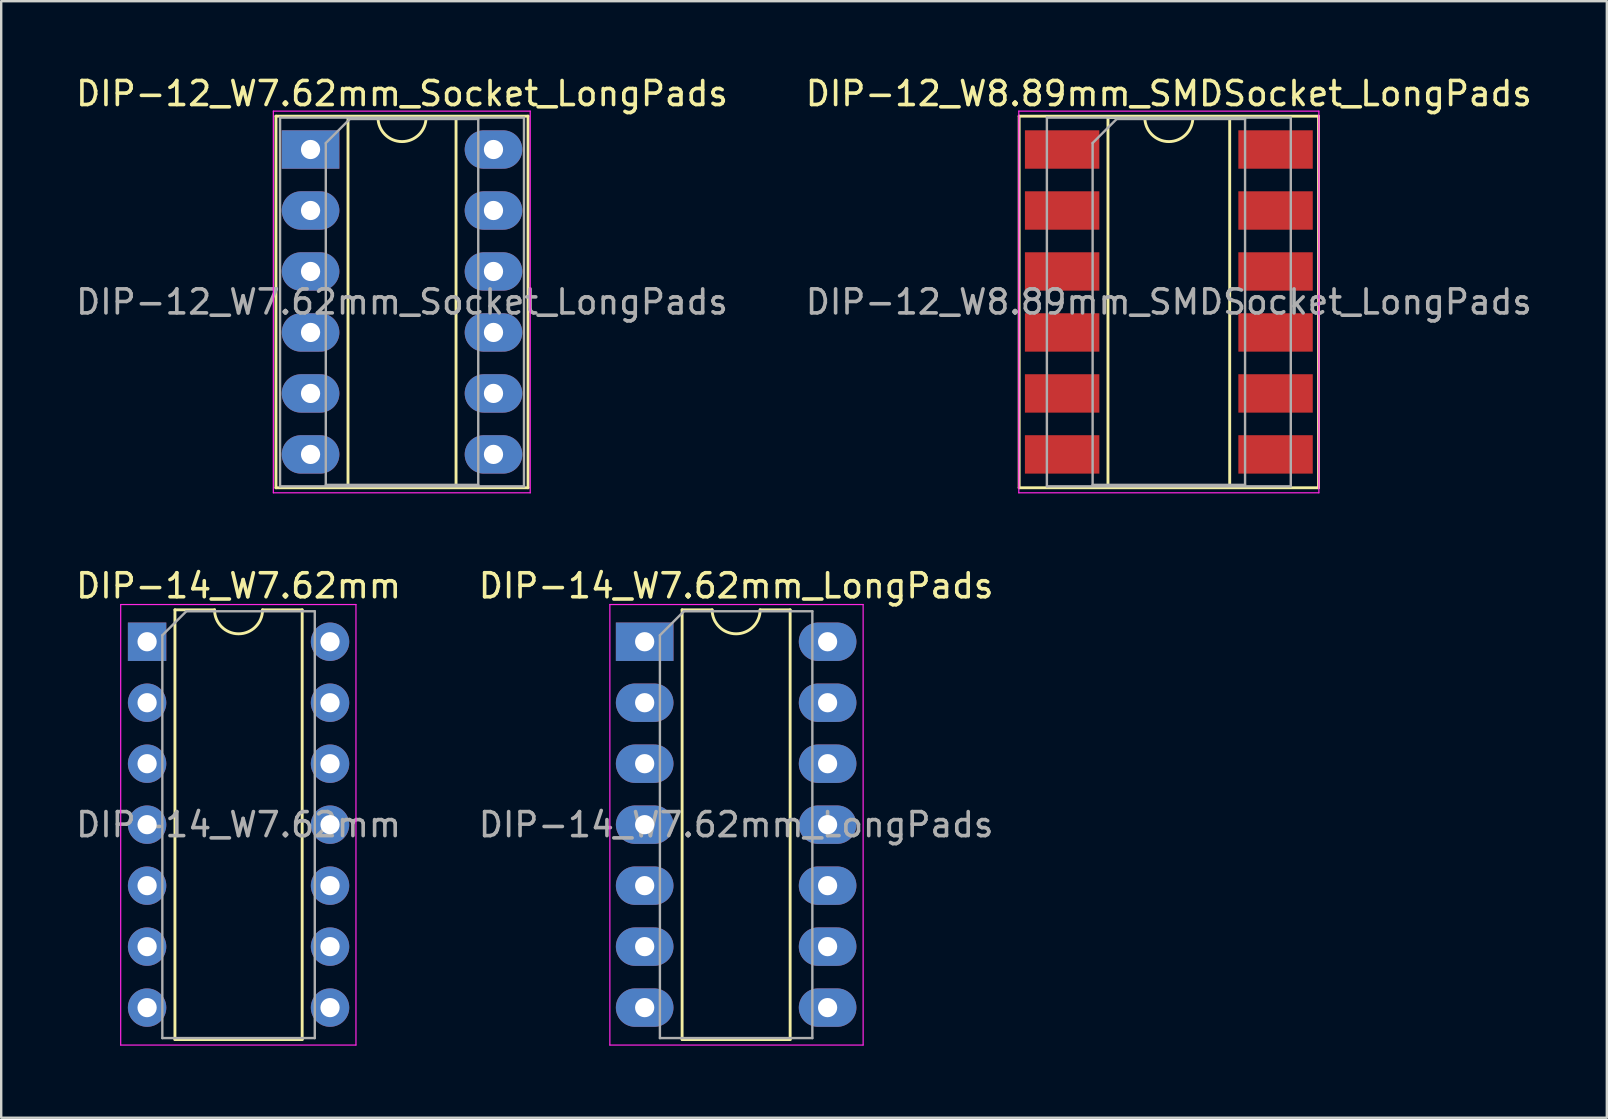
<source format=kicad_pcb>
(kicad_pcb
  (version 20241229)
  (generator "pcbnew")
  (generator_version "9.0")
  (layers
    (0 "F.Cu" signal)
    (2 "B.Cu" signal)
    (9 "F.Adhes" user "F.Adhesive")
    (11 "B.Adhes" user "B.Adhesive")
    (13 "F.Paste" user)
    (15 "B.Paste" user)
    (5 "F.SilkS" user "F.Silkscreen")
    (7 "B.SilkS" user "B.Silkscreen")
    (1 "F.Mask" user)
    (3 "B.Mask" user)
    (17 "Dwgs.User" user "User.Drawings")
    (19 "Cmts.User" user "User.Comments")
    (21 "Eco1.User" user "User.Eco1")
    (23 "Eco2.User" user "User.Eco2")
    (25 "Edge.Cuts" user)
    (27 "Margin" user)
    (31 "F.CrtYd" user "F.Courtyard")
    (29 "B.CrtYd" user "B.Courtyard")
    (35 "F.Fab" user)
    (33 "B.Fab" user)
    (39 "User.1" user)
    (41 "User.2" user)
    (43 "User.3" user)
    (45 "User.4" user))
  (footprint "DIP-12_W7.62mm_Socket_LongPads"
    (layer "F.Cu")
    (at 9.886 3.178)
    (property "Reference" "DIP-12_W7.62mm_Socket_LongPads" (at 3.81 -2.33 0) (layer "F.SilkS") (effects (font (size 1 1) (thickness 0.15))))
    (attr through_hole)
    (fp_line (start -1.44 -1.39) (end -1.44 14.09) (stroke (width 0.12) (type solid)) (layer "F.SilkS"))
    (fp_line (start -1.44 14.09) (end 9.06 14.09) (stroke (width 0.12) (type solid)) (layer "F.SilkS"))
    (fp_line (start 1.56 -1.33) (end 1.56 14.03) (stroke (width 0.12) (type solid)) (layer "F.SilkS"))
    (fp_line (start 1.56 14.03) (end 6.06 14.03) (stroke (width 0.12) (type solid)) (layer "F.SilkS"))
    (fp_line (start 2.81 -1.33) (end 1.56 -1.33) (stroke (width 0.12) (type solid)) (layer "F.SilkS"))
    (fp_line (start 6.06 -1.33) (end 4.81 -1.33) (stroke (width 0.12) (type solid)) (layer "F.SilkS"))
    (fp_line (start 6.06 14.03) (end 6.06 -1.33) (stroke (width 0.12) (type solid)) (layer "F.SilkS"))
    (fp_line (start 9.06 -1.39) (end -1.44 -1.39) (stroke (width 0.12) (type solid)) (layer "F.SilkS"))
    (fp_line (start 9.06 14.09) (end 9.06 -1.39) (stroke (width 0.12) (type solid)) (layer "F.SilkS"))
    (fp_arc (start 4.81 -1.33) (mid 3.81 -0.33) (end 2.81 -1.33) (stroke (width 0.12) (type solid)) (layer "F.SilkS"))
    (fp_line (start -1.55 -1.6) (end -1.55 14.3) (stroke (width 0.05) (type solid)) (layer "F.CrtYd"))
    (fp_line (start -1.55 14.3) (end 9.15 14.3) (stroke (width 0.05) (type solid)) (layer "F.CrtYd"))
    (fp_line (start 9.15 -1.6) (end -1.55 -1.6) (stroke (width 0.05) (type solid)) (layer "F.CrtYd"))
    (fp_line (start 9.15 14.3) (end 9.15 -1.6) (stroke (width 0.05) (type solid)) (layer "F.CrtYd"))
    (fp_line (start -1.27 -1.33) (end -1.27 14.03) (stroke (width 0.1) (type solid)) (layer "F.Fab"))
    (fp_line (start -1.27 14.03) (end 8.89 14.03) (stroke (width 0.1) (type solid)) (layer "F.Fab"))
    (fp_line (start 0.635 -0.27) (end 1.635 -1.27) (stroke (width 0.1) (type solid)) (layer "F.Fab"))
    (fp_line (start 0.635 13.97) (end 0.635 -0.27) (stroke (width 0.1) (type solid)) (layer "F.Fab"))
    (fp_line (start 1.635 -1.27) (end 6.985 -1.27) (stroke (width 0.1) (type solid)) (layer "F.Fab"))
    (fp_line (start 6.985 -1.27) (end 6.985 13.97) (stroke (width 0.1) (type solid)) (layer "F.Fab"))
    (fp_line (start 6.985 13.97) (end 0.635 13.97) (stroke (width 0.1) (type solid)) (layer "F.Fab"))
    (fp_line (start 8.89 -1.33) (end -1.27 -1.33) (stroke (width 0.1) (type solid)) (layer "F.Fab"))
    (fp_line (start 8.89 14.03) (end 8.89 -1.33) (stroke (width 0.1) (type solid)) (layer "F.Fab"))
    (fp_text user "${REFERENCE}" (at 3.81 6.35 0) (layer "F.Fab") (effects (font (size 1 1) (thickness 0.15))))
    (pad "1" thru_hole rect (at 0 0) (size 2.4 1.6) (drill 0.8) (layers "*.Cu" "*.Mask"))
    (pad "2" thru_hole oval (at 0 2.54) (size 2.4 1.6) (drill 0.8) (layers "*.Cu" "*.Mask"))
    (pad "3" thru_hole oval (at 0 5.08) (size 2.4 1.6) (drill 0.8) (layers "*.Cu" "*.Mask"))
    (pad "4" thru_hole oval (at 0 7.62) (size 2.4 1.6) (drill 0.8) (layers "*.Cu" "*.Mask"))
    (pad "5" thru_hole oval (at 0 10.16) (size 2.4 1.6) (drill 0.8) (layers "*.Cu" "*.Mask"))
    (pad "6" thru_hole oval (at 0 12.7) (size 2.4 1.6) (drill 0.8) (layers "*.Cu" "*.Mask"))
    (pad "7" thru_hole oval (at 7.62 12.7) (size 2.4 1.6) (drill 0.8) (layers "*.Cu" "*.Mask"))
    (pad "8" thru_hole oval (at 7.62 10.16) (size 2.4 1.6) (drill 0.8) (layers "*.Cu" "*.Mask"))
    (pad "9" thru_hole oval (at 7.62 7.62) (size 2.4 1.6) (drill 0.8) (layers "*.Cu" "*.Mask"))
    (pad "10" thru_hole oval (at 7.62 5.08) (size 2.4 1.6) (drill 0.8) (layers "*.Cu" "*.Mask"))
    (pad "11" thru_hole oval (at 7.62 2.54) (size 2.4 1.6) (drill 0.8) (layers "*.Cu" "*.Mask"))
    (pad "12" thru_hole oval (at 7.62 0) (size 2.4 1.6) (drill 0.8) (layers "*.Cu" "*.Mask")))
  (footprint "DIP-14_W7.62mm"
    (layer "F.Cu")
    (at 3.077 23.681)
    (property "Reference" "DIP-14_W7.62mm" (at 3.81 -2.33 0) (layer "F.SilkS") (effects (font (size 1 1) (thickness 0.15))))
    (attr through_hole)
    (fp_line (start 1.16 -1.33) (end 1.16 16.57) (stroke (width 0.12) (type solid)) (layer "F.SilkS"))
    (fp_line (start 1.16 16.57) (end 6.46 16.57) (stroke (width 0.12) (type solid)) (layer "F.SilkS"))
    (fp_line (start 2.81 -1.33) (end 1.16 -1.33) (stroke (width 0.12) (type solid)) (layer "F.SilkS"))
    (fp_line (start 6.46 -1.33) (end 4.81 -1.33) (stroke (width 0.12) (type solid)) (layer "F.SilkS"))
    (fp_line (start 6.46 16.57) (end 6.46 -1.33) (stroke (width 0.12) (type solid)) (layer "F.SilkS"))
    (fp_arc (start 4.81 -1.33) (mid 3.81 -0.33) (end 2.81 -1.33) (stroke (width 0.12) (type solid)) (layer "F.SilkS"))
    (fp_line (start -1.1 -1.55) (end -1.1 16.8) (stroke (width 0.05) (type solid)) (layer "F.CrtYd"))
    (fp_line (start -1.1 16.8) (end 8.7 16.8) (stroke (width 0.05) (type solid)) (layer "F.CrtYd"))
    (fp_line (start 8.7 -1.55) (end -1.1 -1.55) (stroke (width 0.05) (type solid)) (layer "F.CrtYd"))
    (fp_line (start 8.7 16.8) (end 8.7 -1.55) (stroke (width 0.05) (type solid)) (layer "F.CrtYd"))
    (fp_line (start 0.635 -0.27) (end 1.635 -1.27) (stroke (width 0.1) (type solid)) (layer "F.Fab"))
    (fp_line (start 0.635 16.51) (end 0.635 -0.27) (stroke (width 0.1) (type solid)) (layer "F.Fab"))
    (fp_line (start 1.635 -1.27) (end 6.985 -1.27) (stroke (width 0.1) (type solid)) (layer "F.Fab"))
    (fp_line (start 6.985 -1.27) (end 6.985 16.51) (stroke (width 0.1) (type solid)) (layer "F.Fab"))
    (fp_line (start 6.985 16.51) (end 0.635 16.51) (stroke (width 0.1) (type solid)) (layer "F.Fab"))
    (fp_text user "${REFERENCE}" (at 3.81 7.62 0) (layer "F.Fab") (effects (font (size 1 1) (thickness 0.15))))
    (pad "1" thru_hole rect (at 0 0) (size 1.6 1.6) (drill 0.8) (layers "*.Cu" "*.Mask"))
    (pad "2" thru_hole oval (at 0 2.54) (size 1.6 1.6) (drill 0.8) (layers "*.Cu" "*.Mask"))
    (pad "3" thru_hole oval (at 0 5.08) (size 1.6 1.6) (drill 0.8) (layers "*.Cu" "*.Mask"))
    (pad "4" thru_hole oval (at 0 7.62) (size 1.6 1.6) (drill 0.8) (layers "*.Cu" "*.Mask"))
    (pad "5" thru_hole oval (at 0 10.16) (size 1.6 1.6) (drill 0.8) (layers "*.Cu" "*.Mask"))
    (pad "6" thru_hole oval (at 0 12.7) (size 1.6 1.6) (drill 0.8) (layers "*.Cu" "*.Mask"))
    (pad "7" thru_hole oval (at 0 15.24) (size 1.6 1.6) (drill 0.8) (layers "*.Cu" "*.Mask"))
    (pad "8" thru_hole oval (at 7.62 15.24) (size 1.6 1.6) (drill 0.8) (layers "*.Cu" "*.Mask"))
    (pad "9" thru_hole oval (at 7.62 12.7) (size 1.6 1.6) (drill 0.8) (layers "*.Cu" "*.Mask"))
    (pad "10" thru_hole oval (at 7.62 10.16) (size 1.6 1.6) (drill 0.8) (layers "*.Cu" "*.Mask"))
    (pad "11" thru_hole oval (at 7.62 7.62) (size 1.6 1.6) (drill 0.8) (layers "*.Cu" "*.Mask"))
    (pad "12" thru_hole oval (at 7.62 5.08) (size 1.6 1.6) (drill 0.8) (layers "*.Cu" "*.Mask"))
    (pad "13" thru_hole oval (at 7.62 2.54) (size 1.6 1.6) (drill 0.8) (layers "*.Cu" "*.Mask"))
    (pad "14" thru_hole oval (at 7.62 0) (size 1.6 1.6) (drill 0.8) (layers "*.Cu" "*.Mask")))
  (footprint "DIP-12_W8.89mm_SMDSocket_LongPads"
    (layer "F.Cu")
    (at 45.637 9.528)
    (property "Reference" "DIP-12_W8.89mm_SMDSocket_LongPads" (at 0 -8.68 0) (layer "F.SilkS") (effects (font (size 1 1) (thickness 0.15))))
    (attr smd)
    (fp_line (start -6.235 -7.74) (end -6.235 7.74) (stroke (width 0.12) (type solid)) (layer "F.SilkS"))
    (fp_line (start -6.235 7.74) (end 6.235 7.74) (stroke (width 0.12) (type solid)) (layer "F.SilkS"))
    (fp_line (start -2.535 -7.68) (end -2.535 7.68) (stroke (width 0.12) (type solid)) (layer "F.SilkS"))
    (fp_line (start -2.535 7.68) (end 2.535 7.68) (stroke (width 0.12) (type solid)) (layer "F.SilkS"))
    (fp_line (start -1 -7.68) (end -2.535 -7.68) (stroke (width 0.12) (type solid)) (layer "F.SilkS"))
    (fp_line (start 2.535 -7.68) (end 1 -7.68) (stroke (width 0.12) (type solid)) (layer "F.SilkS"))
    (fp_line (start 2.535 7.68) (end 2.535 -7.68) (stroke (width 0.12) (type solid)) (layer "F.SilkS"))
    (fp_line (start 6.235 -7.74) (end -6.235 -7.74) (stroke (width 0.12) (type solid)) (layer "F.SilkS"))
    (fp_line (start 6.235 7.74) (end 6.235 -7.74) (stroke (width 0.12) (type solid)) (layer "F.SilkS"))
    (fp_arc (start 1 -7.68) (mid 0 -6.68) (end -1 -7.68) (stroke (width 0.12) (type solid)) (layer "F.SilkS"))
    (fp_line (start -6.25 -7.95) (end -6.25 7.95) (stroke (width 0.05) (type solid)) (layer "F.CrtYd"))
    (fp_line (start -6.25 7.95) (end 6.25 7.95) (stroke (width 0.05) (type solid)) (layer "F.CrtYd"))
    (fp_line (start 6.25 -7.95) (end -6.25 -7.95) (stroke (width 0.05) (type solid)) (layer "F.CrtYd"))
    (fp_line (start 6.25 7.95) (end 6.25 -7.95) (stroke (width 0.05) (type solid)) (layer "F.CrtYd"))
    (fp_line (start -5.08 -7.68) (end -5.08 7.68) (stroke (width 0.1) (type solid)) (layer "F.Fab"))
    (fp_line (start -5.08 7.68) (end 5.08 7.68) (stroke (width 0.1) (type solid)) (layer "F.Fab"))
    (fp_line (start -3.175 -6.62) (end -2.175 -7.62) (stroke (width 0.1) (type solid)) (layer "F.Fab"))
    (fp_line (start -3.175 7.62) (end -3.175 -6.62) (stroke (width 0.1) (type solid)) (layer "F.Fab"))
    (fp_line (start -2.175 -7.62) (end 3.175 -7.62) (stroke (width 0.1) (type solid)) (layer "F.Fab"))
    (fp_line (start 3.175 -7.62) (end 3.175 7.62) (stroke (width 0.1) (type solid)) (layer "F.Fab"))
    (fp_line (start 3.175 7.62) (end -3.175 7.62) (stroke (width 0.1) (type solid)) (layer "F.Fab"))
    (fp_line (start 5.08 -7.68) (end -5.08 -7.68) (stroke (width 0.1) (type solid)) (layer "F.Fab"))
    (fp_line (start 5.08 7.68) (end 5.08 -7.68) (stroke (width 0.1) (type solid)) (layer "F.Fab"))
    (fp_text user "${REFERENCE}" (at 0 0 0) (layer "F.Fab") (effects (font (size 1 1) (thickness 0.15))))
    (pad "1" smd rect (at -4.445 -6.35) (size 3.1 1.6) (layers "F.Cu" "F.Mask" "F.Paste"))
    (pad "2" smd rect (at -4.445 -3.81) (size 3.1 1.6) (layers "F.Cu" "F.Mask" "F.Paste"))
    (pad "3" smd rect (at -4.445 -1.27) (size 3.1 1.6) (layers "F.Cu" "F.Mask" "F.Paste"))
    (pad "4" smd rect (at -4.445 1.27) (size 3.1 1.6) (layers "F.Cu" "F.Mask" "F.Paste"))
    (pad "5" smd rect (at -4.445 3.81) (size 3.1 1.6) (layers "F.Cu" "F.Mask" "F.Paste"))
    (pad "6" smd rect (at -4.445 6.35) (size 3.1 1.6) (layers "F.Cu" "F.Mask" "F.Paste"))
    (pad "7" smd rect (at 4.445 6.35) (size 3.1 1.6) (layers "F.Cu" "F.Mask" "F.Paste"))
    (pad "8" smd rect (at 4.445 3.81) (size 3.1 1.6) (layers "F.Cu" "F.Mask" "F.Paste"))
    (pad "9" smd rect (at 4.445 1.27) (size 3.1 1.6) (layers "F.Cu" "F.Mask" "F.Paste"))
    (pad "10" smd rect (at 4.445 -1.27) (size 3.1 1.6) (layers "F.Cu" "F.Mask" "F.Paste"))
    (pad "11" smd rect (at 4.445 -3.81) (size 3.1 1.6) (layers "F.Cu" "F.Mask" "F.Paste"))
    (pad "12" smd rect (at 4.445 -6.35) (size 3.1 1.6) (layers "F.Cu" "F.Mask" "F.Paste")))
  (footprint "DIP-14_W7.62mm_LongPads"
    (layer "F.Cu")
    (at 23.803 23.681)
    (property "Reference" "DIP-14_W7.62mm_LongPads" (at 3.81 -2.33 0) (layer "F.SilkS") (effects (font (size 1 1) (thickness 0.15))))
    (attr through_hole)
    (fp_line (start 1.56 -1.33) (end 1.56 16.57) (stroke (width 0.12) (type solid)) (layer "F.SilkS"))
    (fp_line (start 1.56 16.57) (end 6.06 16.57) (stroke (width 0.12) (type solid)) (layer "F.SilkS"))
    (fp_line (start 2.81 -1.33) (end 1.56 -1.33) (stroke (width 0.12) (type solid)) (layer "F.SilkS"))
    (fp_line (start 6.06 -1.33) (end 4.81 -1.33) (stroke (width 0.12) (type solid)) (layer "F.SilkS"))
    (fp_line (start 6.06 16.57) (end 6.06 -1.33) (stroke (width 0.12) (type solid)) (layer "F.SilkS"))
    (fp_arc (start 4.81 -1.33) (mid 3.81 -0.33) (end 2.81 -1.33) (stroke (width 0.12) (type solid)) (layer "F.SilkS"))
    (fp_line (start -1.45 -1.55) (end -1.45 16.8) (stroke (width 0.05) (type solid)) (layer "F.CrtYd"))
    (fp_line (start -1.45 16.8) (end 9.1 16.8) (stroke (width 0.05) (type solid)) (layer "F.CrtYd"))
    (fp_line (start 9.1 -1.55) (end -1.45 -1.55) (stroke (width 0.05) (type solid)) (layer "F.CrtYd"))
    (fp_line (start 9.1 16.8) (end 9.1 -1.55) (stroke (width 0.05) (type solid)) (layer "F.CrtYd"))
    (fp_line (start 0.635 -0.27) (end 1.635 -1.27) (stroke (width 0.1) (type solid)) (layer "F.Fab"))
    (fp_line (start 0.635 16.51) (end 0.635 -0.27) (stroke (width 0.1) (type solid)) (layer "F.Fab"))
    (fp_line (start 1.635 -1.27) (end 6.985 -1.27) (stroke (width 0.1) (type solid)) (layer "F.Fab"))
    (fp_line (start 6.985 -1.27) (end 6.985 16.51) (stroke (width 0.1) (type solid)) (layer "F.Fab"))
    (fp_line (start 6.985 16.51) (end 0.635 16.51) (stroke (width 0.1) (type solid)) (layer "F.Fab"))
    (fp_text user "${REFERENCE}" (at 3.81 7.62 0) (layer "F.Fab") (effects (font (size 1 1) (thickness 0.15))))
    (pad "1" thru_hole rect (at 0 0) (size 2.4 1.6) (drill 0.8) (layers "*.Cu" "*.Mask"))
    (pad "2" thru_hole oval (at 0 2.54) (size 2.4 1.6) (drill 0.8) (layers "*.Cu" "*.Mask"))
    (pad "3" thru_hole oval (at 0 5.08) (size 2.4 1.6) (drill 0.8) (layers "*.Cu" "*.Mask"))
    (pad "4" thru_hole oval (at 0 7.62) (size 2.4 1.6) (drill 0.8) (layers "*.Cu" "*.Mask"))
    (pad "5" thru_hole oval (at 0 10.16) (size 2.4 1.6) (drill 0.8) (layers "*.Cu" "*.Mask"))
    (pad "6" thru_hole oval (at 0 12.7) (size 2.4 1.6) (drill 0.8) (layers "*.Cu" "*.Mask"))
    (pad "7" thru_hole oval (at 0 15.24) (size 2.4 1.6) (drill 0.8) (layers "*.Cu" "*.Mask"))
    (pad "8" thru_hole oval (at 7.62 15.24) (size 2.4 1.6) (drill 0.8) (layers "*.Cu" "*.Mask"))
    (pad "9" thru_hole oval (at 7.62 12.7) (size 2.4 1.6) (drill 0.8) (layers "*.Cu" "*.Mask"))
    (pad "10" thru_hole oval (at 7.62 10.16) (size 2.4 1.6) (drill 0.8) (layers "*.Cu" "*.Mask"))
    (pad "11" thru_hole oval (at 7.62 7.62) (size 2.4 1.6) (drill 0.8) (layers "*.Cu" "*.Mask"))
    (pad "12" thru_hole oval (at 7.62 5.08) (size 2.4 1.6) (drill 0.8) (layers "*.Cu" "*.Mask"))
    (pad "13" thru_hole oval (at 7.62 2.54) (size 2.4 1.6) (drill 0.8) (layers "*.Cu" "*.Mask"))
    (pad "14" thru_hole oval (at 7.62 0) (size 2.4 1.6) (drill 0.8) (layers "*.Cu" "*.Mask")))
  (gr_rect
    (start -3 -3)
    (end 63.881 43.507)
    (stroke (width 0.1) (type default))
    (fill no)
    (layer "Edge.Cuts")))
</source>
